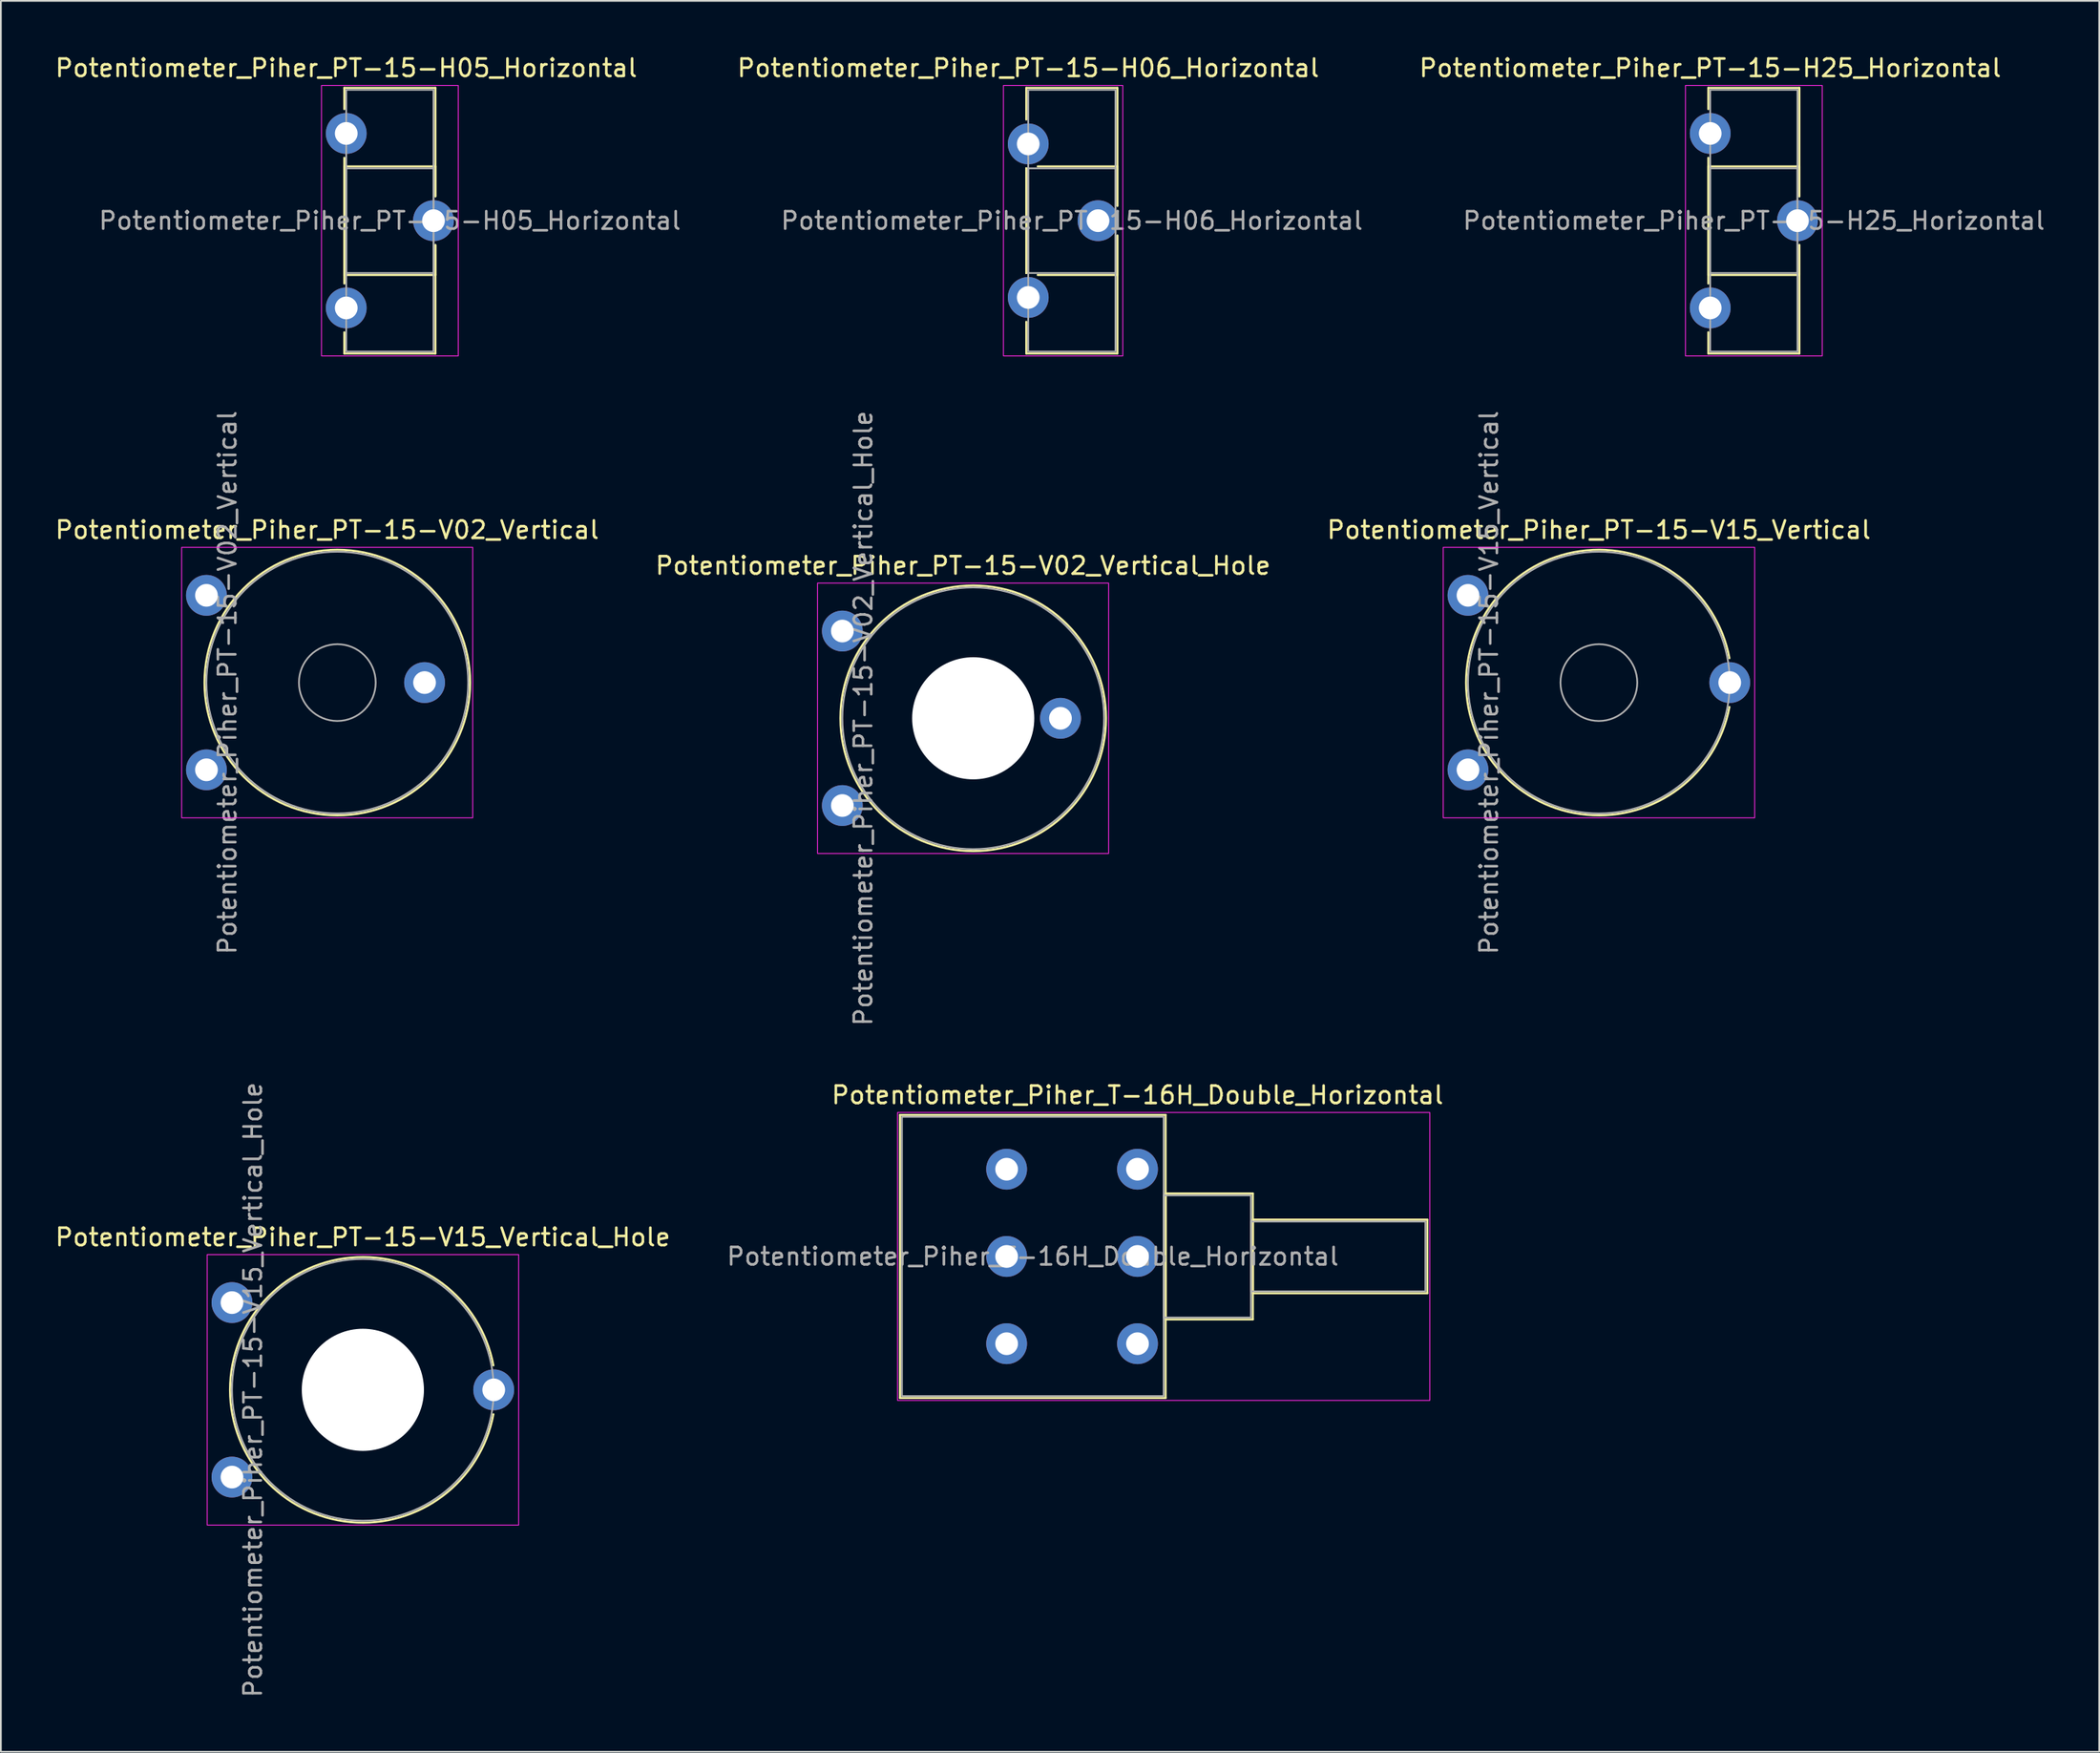
<source format=kicad_pcb>
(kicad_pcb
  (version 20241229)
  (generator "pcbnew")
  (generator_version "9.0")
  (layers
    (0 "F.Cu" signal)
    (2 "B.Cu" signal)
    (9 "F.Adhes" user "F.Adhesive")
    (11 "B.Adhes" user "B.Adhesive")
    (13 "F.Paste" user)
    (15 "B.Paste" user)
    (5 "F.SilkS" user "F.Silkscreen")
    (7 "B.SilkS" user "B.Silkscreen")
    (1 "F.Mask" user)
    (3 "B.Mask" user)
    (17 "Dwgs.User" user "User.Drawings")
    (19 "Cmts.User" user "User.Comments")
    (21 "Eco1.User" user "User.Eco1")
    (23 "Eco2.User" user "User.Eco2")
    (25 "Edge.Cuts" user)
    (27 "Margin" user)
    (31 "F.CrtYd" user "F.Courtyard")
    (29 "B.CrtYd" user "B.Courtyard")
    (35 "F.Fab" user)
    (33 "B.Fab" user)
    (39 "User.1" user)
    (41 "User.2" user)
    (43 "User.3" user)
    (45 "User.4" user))
  (footprint "Potentiometer_Piher_PT-15-H05_Horizontal"
    (layer "F.Cu")
    (at 16.792 4.598)
    (property "Reference" "Potentiometer_Piher_PT-15-H05_Horizontal" (at 0 -3.75 0) (layer "F.SilkS") (effects (font (size 1 1) (thickness 0.15))))
    (attr through_hole)
    (fp_line (start -0.11 -2.61) (end 5.11 -2.61) (stroke (width 0.12) (type solid)) (layer "F.SilkS"))
    (fp_line (start -0.11 -1.396) (end -0.11 -2.61) (stroke (width 0.12) (type solid)) (layer "F.SilkS"))
    (fp_line (start -0.11 1.89) (end 5.11 1.89) (stroke (width 0.12) (type solid)) (layer "F.SilkS"))
    (fp_line (start -0.11 8.11) (end -0.11 1.89) (stroke (width 0.12) (type solid)) (layer "F.SilkS"))
    (fp_line (start -0.11 8.604) (end -0.11 1.396) (stroke (width 0.12) (type solid)) (layer "F.SilkS"))
    (fp_line (start -0.11 12.61) (end -0.11 11.396) (stroke (width 0.12) (type solid)) (layer "F.SilkS"))
    (fp_line (start 5.11 -2.61) (end 5.11 3.604) (stroke (width 0.12) (type solid)) (layer "F.SilkS"))
    (fp_line (start 5.11 1.89) (end 5.11 3.604) (stroke (width 0.12) (type solid)) (layer "F.SilkS"))
    (fp_line (start 5.11 6.396) (end 5.11 8.11) (stroke (width 0.12) (type solid)) (layer "F.SilkS"))
    (fp_line (start 5.11 6.396) (end 5.11 12.61) (stroke (width 0.12) (type solid)) (layer "F.SilkS"))
    (fp_line (start 5.11 8.11) (end -0.11 8.11) (stroke (width 0.12) (type solid)) (layer "F.SilkS"))
    (fp_line (start 5.11 12.61) (end -0.11 12.61) (stroke (width 0.12) (type solid)) (layer "F.SilkS"))
    (fp_rect (start -1.42 -2.75) (end 6.42 12.75) (stroke (width 0.05) (type solid)) (fill no) (layer "F.CrtYd"))
    (fp_rect (start 0 -2.5) (end 5 12.5) (stroke (width 0.1) (type solid)) (fill no) (layer "F.Fab"))
    (fp_rect (start 0 2) (end 5 8) (stroke (width 0.1) (type solid)) (fill no) (layer "F.Fab"))
    (fp_text user "${REFERENCE}" (at 2.5 5 0) (layer "F.Fab") (effects (font (size 1 1) (thickness 0.15))))
    (pad "1" thru_hole circle (at 0 0) (size 2.34 2.34) (drill 1.3) (layers "*.Cu" "*.Mask"))
    (pad "2" thru_hole circle (at 5 5) (size 2.34 2.34) (drill 1.3) (layers "*.Cu" "*.Mask"))
    (pad "3" thru_hole circle (at 0 10) (size 2.34 2.34) (drill 1.3) (layers "*.Cu" "*.Mask")))
  (footprint "Potentiometer_Piher_PT-15-H06_Horizontal"
    (layer "F.Cu")
    (at 55.875 5.198)
    (property "Reference" "Potentiometer_Piher_PT-15-H06_Horizontal" (at 0 -4.35 0) (layer "F.SilkS") (effects (font (size 1 1) (thickness 0.15))))
    (attr through_hole)
    (fp_line (start -0.11 -3.21) (end 5.11 -3.21) (stroke (width 0.12) (type solid)) (layer "F.SilkS"))
    (fp_line (start -0.11 -1.396) (end -0.11 -3.21) (stroke (width 0.12) (type solid)) (layer "F.SilkS"))
    (fp_line (start -0.11 7.404) (end -0.11 1.396) (stroke (width 0.12) (type solid)) (layer "F.SilkS"))
    (fp_line (start -0.11 7.404) (end -0.11 1.396) (stroke (width 0.12) (type solid)) (layer "F.SilkS"))
    (fp_line (start -0.11 12.01) (end -0.11 10.196) (stroke (width 0.12) (type solid)) (layer "F.SilkS"))
    (fp_line (start 0.544 1.29) (end 5.11 1.29) (stroke (width 0.12) (type solid)) (layer "F.SilkS"))
    (fp_line (start 5.11 -3.21) (end 5.11 3.547) (stroke (width 0.12) (type solid)) (layer "F.SilkS"))
    (fp_line (start 5.11 1.29) (end 5.11 3.547) (stroke (width 0.12) (type solid)) (layer "F.SilkS"))
    (fp_line (start 5.11 5.253) (end 5.11 7.51) (stroke (width 0.12) (type solid)) (layer "F.SilkS"))
    (fp_line (start 5.11 5.253) (end 5.11 12.01) (stroke (width 0.12) (type solid)) (layer "F.SilkS"))
    (fp_line (start 5.11 7.51) (end 0.544 7.51) (stroke (width 0.12) (type solid)) (layer "F.SilkS"))
    (fp_line (start 5.11 12.01) (end -0.11 12.01) (stroke (width 0.12) (type solid)) (layer "F.SilkS"))
    (fp_rect (start -1.42 -3.35) (end 5.42 12.15) (stroke (width 0.05) (type solid)) (fill no) (layer "F.CrtYd"))
    (fp_rect (start 0 -3.1) (end 5 11.9) (stroke (width 0.1) (type solid)) (fill no) (layer "F.Fab"))
    (fp_rect (start 0 1.4) (end 5 7.4) (stroke (width 0.1) (type solid)) (fill no) (layer "F.Fab"))
    (fp_text user "${REFERENCE}" (at 2.5 4.4 0) (layer "F.Fab") (effects (font (size 1 1) (thickness 0.15))))
    (pad "1" thru_hole circle (at 0 0) (size 2.34 2.34) (drill 1.3) (layers "*.Cu" "*.Mask"))
    (pad "2" thru_hole circle (at 4 4.4) (size 2.34 2.34) (drill 1.3) (layers "*.Cu" "*.Mask"))
    (pad "3" thru_hole circle (at 0 8.8) (size 2.34 2.34) (drill 1.3) (layers "*.Cu" "*.Mask")))
  (footprint "Potentiometer_Piher_PT-15-V02_Vertical_Hole"
    (layer "F.Cu")
    (at 45.222 43.117)
    (property "Reference" "Potentiometer_Piher_PT-15-V02_Vertical_Hole" (at 6.915 -13.75 0) (layer "F.SilkS") (effects (font (size 1 1) (thickness 0.15))))
    (attr through_hole)
    (fp_circle (center 7.5 -5) (end 15.11 -5) (stroke (width 0.12) (type solid)) (fill no) (layer "F.SilkS"))
    (fp_rect (start -1.42 -12.75) (end 15.26 2.75) (stroke (width 0.05) (type solid)) (fill no) (layer "F.CrtYd"))
    (fp_circle (center 7.5 -5) (end 15 -5) (stroke (width 0.1) (type solid)) (fill no) (layer "F.Fab"))
    (fp_text user "${REFERENCE}" (at 1.2 -5 90) (layer "F.Fab") (effects (font (size 1 1) (thickness 0.15))))
    (pad "" np_thru_hole circle (at 7.5 -5) (size 7 7) (drill 7) (layers "*.Cu" "*.Mask"))
    (pad "1" thru_hole circle (at 0 0) (size 2.34 2.34) (drill 1.3) (layers "*.Cu" "*.Mask"))
    (pad "2" thru_hole circle (at 12.5 -5) (size 2.34 2.34) (drill 1.3) (layers "*.Cu" "*.Mask"))
    (pad "3" thru_hole circle (at 0 -10) (size 2.34 2.34) (drill 1.3) (layers "*.Cu" "*.Mask")))
  (footprint "Potentiometer_Piher_PT-15-V15_Vertical"
    (layer "F.Cu")
    (at 81.077 41.07)
    (property "Reference" "Potentiometer_Piher_PT-15-V15_Vertical" (at 7.5 -13.75 0) (layer "F.SilkS") (effects (font (size 1 1) (thickness 0.15))))
    (attr through_hole)
    (fp_arc (start 14.98 -3.6) (mid -0.11 -5) (end 14.98 -6.4) (stroke (width 0.12) (type solid)) (layer "F.SilkS"))
    (fp_rect (start -1.42 -12.75) (end 16.43 2.75) (stroke (width 0.05) (type solid)) (fill no) (layer "F.CrtYd"))
    (fp_circle (center 7.5 -5) (end 9.7 -5) (stroke (width 0.1) (type solid)) (fill no) (layer "F.Fab"))
    (fp_circle (center 7.5 -5) (end 15 -5) (stroke (width 0.1) (type solid)) (fill no) (layer "F.Fab"))
    (fp_text user "${REFERENCE}" (at 1.2 -5 90) (layer "F.Fab") (effects (font (size 1 1) (thickness 0.15))))
    (pad "1" thru_hole circle (at 0 0) (size 2.34 2.34) (drill 1.3) (layers "*.Cu" "*.Mask"))
    (pad "2" thru_hole circle (at 15 -5) (size 2.34 2.34) (drill 1.3) (layers "*.Cu" "*.Mask"))
    (pad "3" thru_hole circle (at 0 -10) (size 2.34 2.34) (drill 1.3) (layers "*.Cu" "*.Mask")))
  (footprint "Potentiometer_Piher_T-16H_Double_Horizontal"
    (layer "F.Cu")
    (at 62.137 73.96)
    (property "Reference" "Potentiometer_Piher_T-16H_Double_Horizontal" (at 0 -14.25 0) (layer "F.SilkS") (effects (font (size 1 1) (thickness 0.15))))
    (attr through_hole)
    (fp_line (start -13.61 -13.11) (end 1.61 -13.11) (stroke (width 0.12) (type solid)) (layer "F.SilkS"))
    (fp_line (start -13.61 3.11) (end -13.61 -13.11) (stroke (width 0.12) (type solid)) (layer "F.SilkS"))
    (fp_line (start 1.61 -13.11) (end 1.61 3.11) (stroke (width 0.12) (type solid)) (layer "F.SilkS"))
    (fp_line (start 1.61 -8.61) (end 6.61 -8.61) (stroke (width 0.12) (type solid)) (layer "F.SilkS"))
    (fp_line (start 1.61 -1.39) (end 1.61 -8.61) (stroke (width 0.12) (type solid)) (layer "F.SilkS"))
    (fp_line (start 1.61 3.11) (end -13.61 3.11) (stroke (width 0.12) (type solid)) (layer "F.SilkS"))
    (fp_line (start 6.61 -8.61) (end 6.61 -1.39) (stroke (width 0.12) (type solid)) (layer "F.SilkS"))
    (fp_line (start 6.61 -7.11) (end 16.61 -7.11) (stroke (width 0.12) (type solid)) (layer "F.SilkS"))
    (fp_line (start 6.61 -2.89) (end 6.61 -7.11) (stroke (width 0.12) (type solid)) (layer "F.SilkS"))
    (fp_line (start 6.61 -1.39) (end 1.61 -1.39) (stroke (width 0.12) (type solid)) (layer "F.SilkS"))
    (fp_line (start 16.61 -7.11) (end 16.61 -2.89) (stroke (width 0.12) (type solid)) (layer "F.SilkS"))
    (fp_line (start 16.61 -2.89) (end 6.61 -2.89) (stroke (width 0.12) (type solid)) (layer "F.SilkS"))
    (fp_rect (start -13.75 -13.25) (end 16.75 3.25) (stroke (width 0.05) (type solid)) (fill no) (layer "F.CrtYd"))
    (fp_rect (start -13.5 -13) (end 1.5 3) (stroke (width 0.1) (type solid)) (fill no) (layer "F.Fab"))
    (fp_rect (start 1.5 -8.5) (end 6.5 -1.5) (stroke (width 0.1) (type solid)) (fill no) (layer "F.Fab"))
    (fp_rect (start 6.5 -7) (end 16.5 -3) (stroke (width 0.1) (type solid)) (fill no) (layer "F.Fab"))
    (fp_text user "${REFERENCE}" (at -6 -5 0) (layer "F.Fab") (effects (font (size 1 1) (thickness 0.15))))
    (pad "1" thru_hole circle (at 0 0) (size 2.34 2.34) (drill 1.3) (layers "*.Cu" "*.Mask"))
    (pad "2" thru_hole circle (at 0 -5) (size 2.34 2.34) (drill 1.3) (layers "*.Cu" "*.Mask"))
    (pad "3" thru_hole circle (at 0 -10) (size 2.34 2.34) (drill 1.3) (layers "*.Cu" "*.Mask"))
    (pad "4" thru_hole circle (at -7.5 0) (size 2.34 2.34) (drill 1.3) (layers "*.Cu" "*.Mask"))
    (pad "5" thru_hole circle (at -7.5 -5) (size 2.34 2.34) (drill 1.3) (layers "*.Cu" "*.Mask"))
    (pad "6" thru_hole circle (at -7.5 -10) (size 2.34 2.34) (drill 1.3) (layers "*.Cu" "*.Mask")))
  (footprint "Potentiometer_Piher_PT-15-V02_Vertical"
    (layer "F.Cu")
    (at 8.781 41.07)
    (property "Reference" "Potentiometer_Piher_PT-15-V02_Vertical" (at 6.915 -13.75 0) (layer "F.SilkS") (effects (font (size 1 1) (thickness 0.15))))
    (attr through_hole)
    (fp_circle (center 7.5 -5) (end 15.11 -5) (stroke (width 0.12) (type solid)) (fill no) (layer "F.SilkS"))
    (fp_rect (start -1.42 -12.75) (end 15.26 2.75) (stroke (width 0.05) (type solid)) (fill no) (layer "F.CrtYd"))
    (fp_circle (center 7.5 -5) (end 9.7 -5) (stroke (width 0.1) (type solid)) (fill no) (layer "F.Fab"))
    (fp_circle (center 7.5 -5) (end 15 -5) (stroke (width 0.1) (type solid)) (fill no) (layer "F.Fab"))
    (fp_text user "${REFERENCE}" (at 1.2 -5 90) (layer "F.Fab") (effects (font (size 1 1) (thickness 0.15))))
    (pad "1" thru_hole circle (at 0 0) (size 2.34 2.34) (drill 1.3) (layers "*.Cu" "*.Mask"))
    (pad "2" thru_hole circle (at 12.5 -5) (size 2.34 2.34) (drill 1.3) (layers "*.Cu" "*.Mask"))
    (pad "3" thru_hole circle (at 0 -10) (size 2.34 2.34) (drill 1.3) (layers "*.Cu" "*.Mask")))
  (footprint "Potentiometer_Piher_PT-15-V15_Vertical_Hole"
    (layer "F.Cu")
    (at 10.244 81.605)
    (property "Reference" "Potentiometer_Piher_PT-15-V15_Vertical_Hole" (at 7.5 -13.75 0) (layer "F.SilkS") (effects (font (size 1 1) (thickness 0.15))))
    (attr through_hole)
    (fp_arc (start 14.98 -3.6) (mid -0.11 -5) (end 14.98 -6.4) (stroke (width 0.12) (type solid)) (layer "F.SilkS"))
    (fp_rect (start -1.42 -12.75) (end 16.43 2.75) (stroke (width 0.05) (type solid)) (fill no) (layer "F.CrtYd"))
    (fp_circle (center 7.5 -5) (end 15 -5) (stroke (width 0.1) (type solid)) (fill no) (layer "F.Fab"))
    (fp_text user "${REFERENCE}" (at 1.2 -5 90) (layer "F.Fab") (effects (font (size 1 1) (thickness 0.15))))
    (pad "" np_thru_hole circle (at 7.5 -5) (size 7 7) (drill 7) (layers "*.Cu" "*.Mask"))
    (pad "1" thru_hole circle (at 0 0) (size 2.34 2.34) (drill 1.3) (layers "*.Cu" "*.Mask"))
    (pad "2" thru_hole circle (at 15 -5) (size 2.34 2.34) (drill 1.3) (layers "*.Cu" "*.Mask"))
    (pad "3" thru_hole circle (at 0 -10) (size 2.34 2.34) (drill 1.3) (layers "*.Cu" "*.Mask")))
  (footprint "Potentiometer_Piher_PT-15-H25_Horizontal"
    (layer "F.Cu")
    (at 94.958 4.598)
    (property "Reference" "Potentiometer_Piher_PT-15-H25_Horizontal" (at 0 -3.75 0) (layer "F.SilkS") (effects (font (size 1 1) (thickness 0.15))))
    (attr through_hole)
    (fp_line (start -0.11 -2.61) (end 5.11 -2.61) (stroke (width 0.12) (type solid)) (layer "F.SilkS"))
    (fp_line (start -0.11 -1.396) (end -0.11 -2.61) (stroke (width 0.12) (type solid)) (layer "F.SilkS"))
    (fp_line (start -0.11 1.89) (end 5.11 1.89) (stroke (width 0.12) (type solid)) (layer "F.SilkS"))
    (fp_line (start -0.11 8.11) (end -0.11 1.89) (stroke (width 0.12) (type solid)) (layer "F.SilkS"))
    (fp_line (start -0.11 8.604) (end -0.11 1.396) (stroke (width 0.12) (type solid)) (layer "F.SilkS"))
    (fp_line (start -0.11 12.61) (end -0.11 11.396) (stroke (width 0.12) (type solid)) (layer "F.SilkS"))
    (fp_line (start 5.11 -2.61) (end 5.11 3.604) (stroke (width 0.12) (type solid)) (layer "F.SilkS"))
    (fp_line (start 5.11 1.89) (end 5.11 3.604) (stroke (width 0.12) (type solid)) (layer "F.SilkS"))
    (fp_line (start 5.11 6.396) (end 5.11 8.11) (stroke (width 0.12) (type solid)) (layer "F.SilkS"))
    (fp_line (start 5.11 6.396) (end 5.11 12.61) (stroke (width 0.12) (type solid)) (layer "F.SilkS"))
    (fp_line (start 5.11 8.11) (end -0.11 8.11) (stroke (width 0.12) (type solid)) (layer "F.SilkS"))
    (fp_line (start 5.11 12.61) (end -0.11 12.61) (stroke (width 0.12) (type solid)) (layer "F.SilkS"))
    (fp_rect (start -1.42 -2.75) (end 6.42 12.75) (stroke (width 0.05) (type solid)) (fill no) (layer "F.CrtYd"))
    (fp_rect (start 0 -2.5) (end 5 12.5) (stroke (width 0.1) (type solid)) (fill no) (layer "F.Fab"))
    (fp_rect (start 0 2) (end 5 8) (stroke (width 0.1) (type solid)) (fill no) (layer "F.Fab"))
    (fp_text user "${REFERENCE}" (at 2.5 5 0) (layer "F.Fab") (effects (font (size 1 1) (thickness 0.15))))
    (pad "1" thru_hole circle (at 0 0) (size 2.34 2.34) (drill 1.3) (layers "*.Cu" "*.Mask"))
    (pad "2" thru_hole circle (at 5 5) (size 2.34 2.34) (drill 1.3) (layers "*.Cu" "*.Mask"))
    (pad "3" thru_hole circle (at 0 10) (size 2.34 2.34) (drill 1.3) (layers "*.Cu" "*.Mask")))
  (gr_rect
    (start -3 -3)
    (end 117.25 97.349)
    (stroke (width 0.1) (type default))
    (fill no)
    (layer "Edge.Cuts")))
</source>
